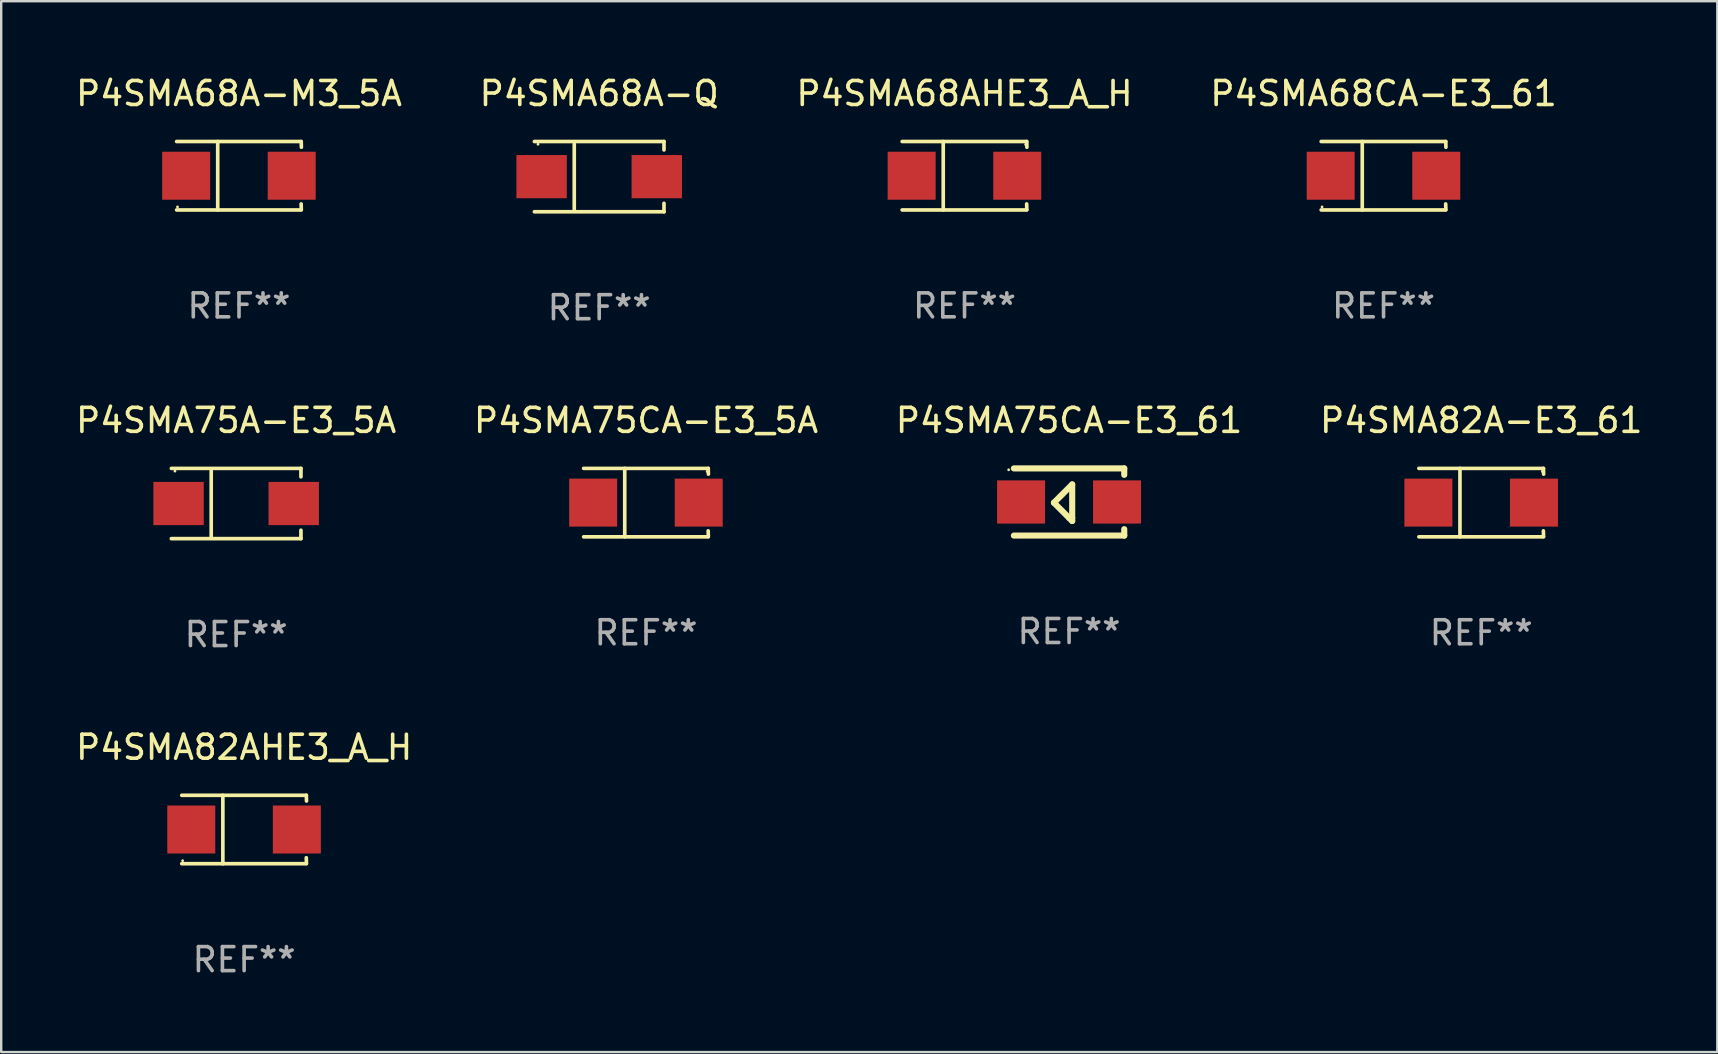
<source format=kicad_pcb>
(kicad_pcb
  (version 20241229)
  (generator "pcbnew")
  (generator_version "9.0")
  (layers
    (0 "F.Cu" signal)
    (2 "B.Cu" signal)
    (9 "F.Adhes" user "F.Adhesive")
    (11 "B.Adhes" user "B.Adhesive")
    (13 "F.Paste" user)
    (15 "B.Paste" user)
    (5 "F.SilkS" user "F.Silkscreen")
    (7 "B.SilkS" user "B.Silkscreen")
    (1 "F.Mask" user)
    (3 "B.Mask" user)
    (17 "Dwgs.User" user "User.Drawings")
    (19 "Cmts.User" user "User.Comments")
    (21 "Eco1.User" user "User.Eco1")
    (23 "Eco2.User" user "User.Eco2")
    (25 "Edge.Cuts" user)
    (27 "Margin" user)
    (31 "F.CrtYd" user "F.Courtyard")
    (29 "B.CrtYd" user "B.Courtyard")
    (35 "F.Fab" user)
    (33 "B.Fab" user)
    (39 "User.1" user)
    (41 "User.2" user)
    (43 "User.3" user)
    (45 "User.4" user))
  (footprint "P4SMA75CA-E3_5A"
    (layer "F.Cu")
    (at 23.875 17.898)
    (property "Reference" "P4SMA75CA-E3_5A" (at 0 -3.426 0) (layer "F.SilkS") (effects (font (size 1 1) (thickness 0.15))))
    (attr through_hole)
    (fp_line (start -2.6 -1.426) (end 2.593 -1.426) (stroke (width 0.152) (type solid)) (layer "F.SilkS"))
    (fp_line (start -2.6 1.426) (end 2.593 1.426) (stroke (width 0.152) (type solid)) (layer "F.SilkS"))
    (fp_line (start -0.887 -1.426) (end -0.887 1.426) (stroke (width 0.152) (type solid)) (layer "F.SilkS"))
    (fp_line (start 2.59 1.176) (end 2.597 1.415) (stroke (width 0.152) (type solid)) (layer "F.SilkS"))
    (fp_line (start 2.593 -1.426) (end 2.6 -1.187) (stroke (width 0.152) (type solid)) (layer "F.SilkS"))
    (fp_circle (center 2.547 -1.3) (end 2.577 -1.3) (stroke (width 0.06) (type solid)) (fill no) (layer "F.SilkS"))
    (fp_text user "REF**" (at 0 5.426 0) (layer "F.Fab") (effects (font (size 1 1) (thickness 0.15))))
    (pad "1" smd rect (at 2.197 -0.000025 180) (size 2 2) (layers "F.Cu" "F.Mask" "F.Paste"))
    (pad "2" smd rect (at -2.203 -0.000025 180) (size 2 2) (layers "F.Cu" "F.Mask" "F.Paste")))
  (footprint "P4SMA68CA-E3_61"
    (layer "F.Cu")
    (at 54.613 4.274)
    (property "Reference" "P4SMA68CA-E3_61" (at 0 -3.426 0) (layer "F.SilkS") (effects (font (size 1 1) (thickness 0.15))))
    (attr through_hole)
    (fp_line (start -2.6 -1.426) (end 2.593 -1.426) (stroke (width 0.152) (type solid)) (layer "F.SilkS"))
    (fp_line (start -2.6 1.426) (end 2.593 1.426) (stroke (width 0.152) (type solid)) (layer "F.SilkS"))
    (fp_line (start -0.887 -1.426) (end -0.887 1.426) (stroke (width 0.152) (type solid)) (layer "F.SilkS"))
    (fp_line (start 2.59 1.176) (end 2.597 1.415) (stroke (width 0.152) (type solid)) (layer "F.SilkS"))
    (fp_line (start 2.593 -1.426) (end 2.6 -1.187) (stroke (width 0.152) (type solid)) (layer "F.SilkS"))
    (fp_circle (center -2.563 1.3) (end -2.533 1.3) (stroke (width 0.06) (type solid)) (fill no) (layer "F.SilkS"))
    (fp_text user "REF**" (at 0 5.426 0) (layer "F.Fab") (effects (font (size 1 1) (thickness 0.15))))
    (pad "1" smd rect (at -2.203 -0.000025 180) (size 2 2) (layers "F.Cu" "F.Mask" "F.Paste"))
    (pad "2" smd rect (at 2.197 -0.000025 180) (size 2 2) (layers "F.Cu" "F.Mask" "F.Paste")))
  (footprint "P4SMA68AHE3_A_H"
    (layer "F.Cu")
    (at 37.149 4.274)
    (property "Reference" "P4SMA68AHE3_A_H" (at 0 -3.426 0) (layer "F.SilkS") (effects (font (size 1 1) (thickness 0.15))))
    (attr through_hole)
    (fp_line (start -2.6 -1.426) (end 2.593 -1.426) (stroke (width 0.152) (type solid)) (layer "F.SilkS"))
    (fp_line (start -2.6 1.426) (end 2.593 1.426) (stroke (width 0.152) (type solid)) (layer "F.SilkS"))
    (fp_line (start -0.887 -1.426) (end -0.887 1.426) (stroke (width 0.152) (type solid)) (layer "F.SilkS"))
    (fp_line (start 2.59 1.176) (end 2.597 1.415) (stroke (width 0.152) (type solid)) (layer "F.SilkS"))
    (fp_line (start 2.593 -1.426) (end 2.6 -1.187) (stroke (width 0.152) (type solid)) (layer "F.SilkS"))
    (fp_circle (center 2.547 -1.3) (end 2.577 -1.3) (stroke (width 0.06) (type solid)) (fill no) (layer "F.SilkS"))
    (fp_text user "REF**" (at 0 5.426 0) (layer "F.Fab") (effects (font (size 1 1) (thickness 0.15))))
    (pad "1" smd rect (at 2.197 -0.000025 180) (size 2 2) (layers "F.Cu" "F.Mask" "F.Paste"))
    (pad "2" smd rect (at -2.203 -0.000025 180) (size 2 2) (layers "F.Cu" "F.Mask" "F.Paste")))
  (footprint "P4SMA75A-E3_5A"
    (layer "F.Cu")
    (at 6.792 17.936)
    (property "Reference" "P4SMA75A-E3_5A" (at 0 -3.464 0) (layer "F.SilkS") (effects (font (size 1 1) (thickness 0.15))))
    (attr through_hole)
    (fp_line (start -2.701 -1.464) (end 2.701 -1.464) (stroke (width 0.152) (type solid)) (layer "F.SilkS"))
    (fp_line (start -2.701 1.464) (end 2.701 1.464) (stroke (width 0.152) (type solid)) (layer "F.SilkS"))
    (fp_line (start -1.039 -1.364) (end -1.039 1.364) (stroke (width 0.152) (type solid)) (layer "F.SilkS"))
    (fp_line (start 2.701 -1.464) (end 2.701 -1.113) (stroke (width 0.152) (type solid)) (layer "F.SilkS"))
    (fp_line (start 2.701 1.464) (end 2.701 1.113) (stroke (width 0.152) (type solid)) (layer "F.SilkS"))
    (fp_circle (center -2.55 -1.35) (end -2.52 -1.35) (stroke (width 0.06) (type solid)) (fill no) (layer "F.SilkS"))
    (fp_text user "REF**" (at 0 5.464 0) (layer "F.Fab") (effects (font (size 1 1) (thickness 0.15))))
    (pad "1" smd rect (at -2.4 0) (size 2.1 1.8) (layers "F.Cu" "F.Mask" "F.Paste"))
    (pad "2" smd rect (at 2.4 0) (size 2.1 1.8) (layers "F.Cu" "F.Mask" "F.Paste")))
  (footprint "P4SMA75CA-E3_61"
    (layer "F.Cu")
    (at 41.506 17.872)
    (property "Reference" "P4SMA75CA-E3_61" (at 0 -3.4 0) (layer "F.SilkS") (effects (font (size 1 1) (thickness 0.15))))
    (attr through_hole)
    (fp_line (start -2.3 -1.4) (end 2.3 -1.4) (stroke (width 0.254) (type solid)) (layer "F.SilkS"))
    (fp_line (start -2.3 1.4) (end 2.3 1.4) (stroke (width 0.254) (type solid)) (layer "F.SilkS"))
    (fp_line (start -0.631 0.03) (end 0.131 -0.732) (stroke (width 0.254) (type solid)) (layer "F.SilkS"))
    (fp_line (start 0.004 0.665) (end -0.631 0.03) (stroke (width 0.254) (type solid)) (layer "F.SilkS"))
    (fp_line (start 0.131 -0.732) (end 0.131 0.665) (stroke (width 0.254) (type solid)) (layer "F.SilkS"))
    (fp_line (start 0.131 0.665) (end 0.131 0.792) (stroke (width 0.254) (type solid)) (layer "F.SilkS"))
    (fp_line (start 0.131 0.792) (end 0.004 0.665) (stroke (width 0.254) (type solid)) (layer "F.SilkS"))
    (fp_line (start 2.3 -1.4) (end 2.3 -1.131) (stroke (width 0.254) (type solid)) (layer "F.SilkS"))
    (fp_line (start 2.3 1.131) (end 2.3 1.4) (stroke (width 0.254) (type solid)) (layer "F.SilkS"))
    (fp_circle (center -2.517 -1.342) (end -2.487 -1.342) (stroke (width 0.06) (type solid)) (fill no) (layer "F.SilkS"))
    (fp_text user "REF**" (at 0 5.4 0) (layer "F.Fab") (effects (font (size 1 1) (thickness 0.15))))
    (pad "1" smd rect (at -2 -0.000127) (size 2 1.8) (layers "F.Cu" "F.Mask" "F.Paste"))
    (pad "2" smd rect (at 2 -0.000127) (size 2 1.8) (layers "F.Cu" "F.Mask" "F.Paste")))
  (footprint "P4SMA68A-Q"
    (layer "F.Cu")
    (at 21.923 4.312)
    (property "Reference" "P4SMA68A-Q" (at 0 -3.464 0) (layer "F.SilkS") (effects (font (size 1 1) (thickness 0.15))))
    (attr through_hole)
    (fp_line (start -2.701 -1.464) (end 2.701 -1.464) (stroke (width 0.152) (type solid)) (layer "F.SilkS"))
    (fp_line (start -2.701 1.464) (end 2.701 1.464) (stroke (width 0.152) (type solid)) (layer "F.SilkS"))
    (fp_line (start -1.039 -1.364) (end -1.039 1.364) (stroke (width 0.152) (type solid)) (layer "F.SilkS"))
    (fp_line (start 2.701 -1.464) (end 2.701 -1.113) (stroke (width 0.152) (type solid)) (layer "F.SilkS"))
    (fp_line (start 2.701 1.464) (end 2.701 1.113) (stroke (width 0.152) (type solid)) (layer "F.SilkS"))
    (fp_circle (center -2.55 -1.35) (end -2.52 -1.35) (stroke (width 0.06) (type solid)) (fill no) (layer "F.SilkS"))
    (fp_text user "REF**" (at 0 5.464 0) (layer "F.Fab") (effects (font (size 1 1) (thickness 0.15))))
    (pad "1" smd rect (at -2.4 0) (size 2.1 1.8) (layers "F.Cu" "F.Mask" "F.Paste"))
    (pad "2" smd rect (at 2.4 0) (size 2.1 1.8) (layers "F.Cu" "F.Mask" "F.Paste")))
  (footprint "P4SMA68A-M3_5A"
    (layer "F.Cu")
    (at 6.911 4.274)
    (property "Reference" "P4SMA68A-M3_5A" (at 0 -3.426 0) (layer "F.SilkS") (effects (font (size 1 1) (thickness 0.15))))
    (attr through_hole)
    (fp_line (start -2.6 -1.426) (end 2.593 -1.426) (stroke (width 0.152) (type solid)) (layer "F.SilkS"))
    (fp_line (start -2.6 1.426) (end 2.593 1.426) (stroke (width 0.152) (type solid)) (layer "F.SilkS"))
    (fp_line (start -0.887 -1.426) (end -0.887 1.426) (stroke (width 0.152) (type solid)) (layer "F.SilkS"))
    (fp_line (start 2.59 1.176) (end 2.597 1.415) (stroke (width 0.152) (type solid)) (layer "F.SilkS"))
    (fp_line (start 2.593 -1.426) (end 2.6 -1.187) (stroke (width 0.152) (type solid)) (layer "F.SilkS"))
    (fp_circle (center -2.563 1.3) (end -2.533 1.3) (stroke (width 0.06) (type solid)) (fill no) (layer "F.SilkS"))
    (fp_text user "REF**" (at 0 5.426 0) (layer "F.Fab") (effects (font (size 1 1) (thickness 0.15))))
    (pad "1" smd rect (at -2.203 -0.000025 180) (size 2 2) (layers "F.Cu" "F.Mask" "F.Paste"))
    (pad "2" smd rect (at 2.197 -0.000025 180) (size 2 2) (layers "F.Cu" "F.Mask" "F.Paste")))
  (footprint "P4SMA82AHE3_A_H"
    (layer "F.Cu")
    (at 7.125 31.522)
    (property "Reference" "P4SMA82AHE3_A_H" (at 0 -3.426 0) (layer "F.SilkS") (effects (font (size 1 1) (thickness 0.15))))
    (attr through_hole)
    (fp_line (start -2.6 -1.426) (end 2.593 -1.426) (stroke (width 0.152) (type solid)) (layer "F.SilkS"))
    (fp_line (start -2.6 1.426) (end 2.593 1.426) (stroke (width 0.152) (type solid)) (layer "F.SilkS"))
    (fp_line (start -0.887 -1.426) (end -0.887 1.426) (stroke (width 0.152) (type solid)) (layer "F.SilkS"))
    (fp_line (start 2.59 1.176) (end 2.597 1.415) (stroke (width 0.152) (type solid)) (layer "F.SilkS"))
    (fp_line (start 2.593 -1.426) (end 2.6 -1.187) (stroke (width 0.152) (type solid)) (layer "F.SilkS"))
    (fp_circle (center -2.563 1.3) (end -2.533 1.3) (stroke (width 0.06) (type solid)) (fill no) (layer "F.SilkS"))
    (fp_text user "REF**" (at 0 5.426 0) (layer "F.Fab") (effects (font (size 1 1) (thickness 0.15))))
    (pad "1" smd rect (at -2.203 -0.000025 180) (size 2 2) (layers "F.Cu" "F.Mask" "F.Paste"))
    (pad "2" smd rect (at 2.197 -0.000025 180) (size 2 2) (layers "F.Cu" "F.Mask" "F.Paste")))
  (footprint "P4SMA82A-E3_61"
    (layer "F.Cu")
    (at 58.685 17.898)
    (property "Reference" "P4SMA82A-E3_61" (at 0 -3.426 0) (layer "F.SilkS") (effects (font (size 1 1) (thickness 0.15))))
    (attr through_hole)
    (fp_line (start -2.6 -1.426) (end 2.593 -1.426) (stroke (width 0.152) (type solid)) (layer "F.SilkS"))
    (fp_line (start -2.6 1.426) (end 2.593 1.426) (stroke (width 0.152) (type solid)) (layer "F.SilkS"))
    (fp_line (start -0.887 -1.426) (end -0.887 1.426) (stroke (width 0.152) (type solid)) (layer "F.SilkS"))
    (fp_line (start 2.59 1.176) (end 2.597 1.415) (stroke (width 0.152) (type solid)) (layer "F.SilkS"))
    (fp_line (start 2.593 -1.426) (end 2.6 -1.187) (stroke (width 0.152) (type solid)) (layer "F.SilkS"))
    (fp_circle (center 2.547 -1.3) (end 2.577 -1.3) (stroke (width 0.06) (type solid)) (fill no) (layer "F.SilkS"))
    (fp_text user "REF**" (at 0 5.426 0) (layer "F.Fab") (effects (font (size 1 1) (thickness 0.15))))
    (pad "1" smd rect (at 2.197 -0.000025 180) (size 2 2) (layers "F.Cu" "F.Mask" "F.Paste"))
    (pad "2" smd rect (at -2.203 -0.000025 180) (size 2 2) (layers "F.Cu" "F.Mask" "F.Paste")))
  (gr_rect
    (start -3 -3)
    (end 68.524 40.797)
    (stroke (width 0.1) (type default))
    (fill no)
    (layer "Edge.Cuts")))
</source>
